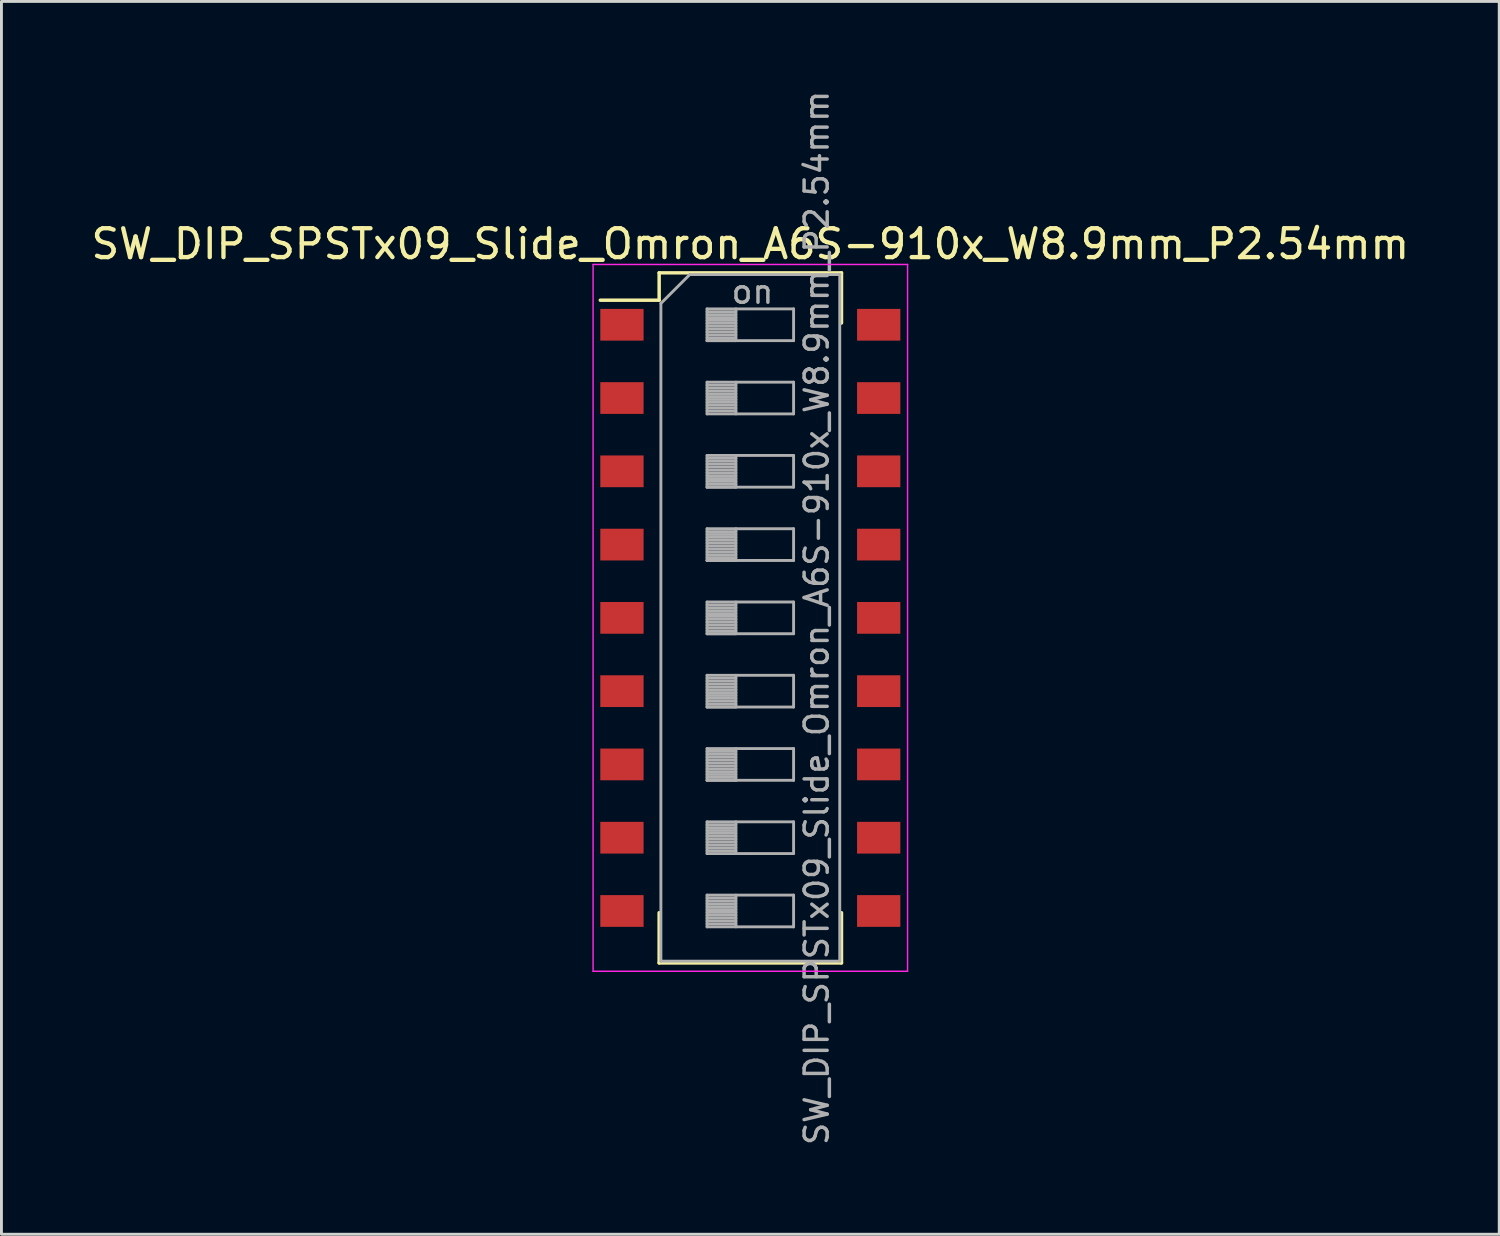
<source format=kicad_pcb>
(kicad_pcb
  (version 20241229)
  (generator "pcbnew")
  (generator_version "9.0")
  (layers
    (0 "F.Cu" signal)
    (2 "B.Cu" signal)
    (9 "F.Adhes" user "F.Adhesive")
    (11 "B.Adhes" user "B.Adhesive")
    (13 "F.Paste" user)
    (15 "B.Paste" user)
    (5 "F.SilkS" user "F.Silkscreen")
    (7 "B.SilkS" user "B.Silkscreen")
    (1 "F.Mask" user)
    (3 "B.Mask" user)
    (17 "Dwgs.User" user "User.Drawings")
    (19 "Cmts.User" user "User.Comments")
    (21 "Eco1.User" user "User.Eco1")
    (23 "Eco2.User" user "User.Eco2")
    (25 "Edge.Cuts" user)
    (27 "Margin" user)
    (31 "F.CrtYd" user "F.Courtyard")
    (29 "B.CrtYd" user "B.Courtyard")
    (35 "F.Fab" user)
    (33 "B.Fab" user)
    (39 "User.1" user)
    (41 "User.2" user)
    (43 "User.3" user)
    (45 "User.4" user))
  (footprint "SW_DIP_SPSTx09_Slide_Omron_A6S-910x_W8.9mm_P2.54mm"
    (layer "F.Cu")
    (at 22.958 18.367)
    (property "Reference" "SW_DIP_SPSTx09_Slide_Omron_A6S-910x_W8.9mm_P2.54mm" (at 0 -12.96 0) (layer "F.SilkS") (effects (font (size 1 1) (thickness 0.15))))
    (attr smd)
    (fp_line (start -5.2 -11.011) (end -3.16 -11.011) (stroke (width 0.12) (type solid)) (layer "F.SilkS"))
    (fp_line (start -3.16 -11.96) (end -3.16 -11.011) (stroke (width 0.12) (type solid)) (layer "F.SilkS"))
    (fp_line (start -3.16 -11.96) (end 3.16 -11.96) (stroke (width 0.12) (type solid)) (layer "F.SilkS"))
    (fp_line (start -3.16 10.22) (end -3.16 11.96) (stroke (width 0.12) (type solid)) (layer "F.SilkS"))
    (fp_line (start -3.16 11.96) (end 3.16 11.96) (stroke (width 0.12) (type solid)) (layer "F.SilkS"))
    (fp_line (start 3.16 -11.96) (end 3.16 -10.221) (stroke (width 0.12) (type solid)) (layer "F.SilkS"))
    (fp_line (start 3.16 10.22) (end 3.16 11.96) (stroke (width 0.12) (type solid)) (layer "F.SilkS"))
    (fp_line (start -5.45 -12.25) (end -5.45 12.25) (stroke (width 0.05) (type solid)) (layer "F.CrtYd"))
    (fp_line (start -5.45 12.25) (end 5.45 12.25) (stroke (width 0.05) (type solid)) (layer "F.CrtYd"))
    (fp_line (start 5.45 -12.25) (end -5.45 -12.25) (stroke (width 0.05) (type solid)) (layer "F.CrtYd"))
    (fp_line (start 5.45 12.25) (end 5.45 -12.25) (stroke (width 0.05) (type solid)) (layer "F.CrtYd"))
    (fp_line (start -3.1 -10.9) (end -2.1 -11.9) (stroke (width 0.1) (type solid)) (layer "F.Fab"))
    (fp_line (start -3.1 11.9) (end -3.1 -10.9) (stroke (width 0.1) (type solid)) (layer "F.Fab"))
    (fp_line (start -2.1 -11.9) (end 3.1 -11.9) (stroke (width 0.1) (type solid)) (layer "F.Fab"))
    (fp_line (start -1.5 -10.71) (end -1.5 -9.61) (stroke (width 0.1) (type solid)) (layer "F.Fab"))
    (fp_line (start -1.5 -10.61) (end -0.5 -10.61) (stroke (width 0.1) (type solid)) (layer "F.Fab"))
    (fp_line (start -1.5 -10.51) (end -0.5 -10.51) (stroke (width 0.1) (type solid)) (layer "F.Fab"))
    (fp_line (start -1.5 -10.41) (end -0.5 -10.41) (stroke (width 0.1) (type solid)) (layer "F.Fab"))
    (fp_line (start -1.5 -10.31) (end -0.5 -10.31) (stroke (width 0.1) (type solid)) (layer "F.Fab"))
    (fp_line (start -1.5 -10.21) (end -0.5 -10.21) (stroke (width 0.1) (type solid)) (layer "F.Fab"))
    (fp_line (start -1.5 -10.11) (end -0.5 -10.11) (stroke (width 0.1) (type solid)) (layer "F.Fab"))
    (fp_line (start -1.5 -10.01) (end -0.5 -10.01) (stroke (width 0.1) (type solid)) (layer "F.Fab"))
    (fp_line (start -1.5 -9.91) (end -0.5 -9.91) (stroke (width 0.1) (type solid)) (layer "F.Fab"))
    (fp_line (start -1.5 -9.81) (end -0.5 -9.81) (stroke (width 0.1) (type solid)) (layer "F.Fab"))
    (fp_line (start -1.5 -9.71) (end -0.5 -9.71) (stroke (width 0.1) (type solid)) (layer "F.Fab"))
    (fp_line (start -1.5 -9.61) (end -0.5 -9.61) (stroke (width 0.1) (type solid)) (layer "F.Fab"))
    (fp_line (start -1.5 -9.61) (end 1.5 -9.61) (stroke (width 0.1) (type solid)) (layer "F.Fab"))
    (fp_line (start -1.5 -8.17) (end -1.5 -7.07) (stroke (width 0.1) (type solid)) (layer "F.Fab"))
    (fp_line (start -1.5 -8.07) (end -0.5 -8.07) (stroke (width 0.1) (type solid)) (layer "F.Fab"))
    (fp_line (start -1.5 -7.97) (end -0.5 -7.97) (stroke (width 0.1) (type solid)) (layer "F.Fab"))
    (fp_line (start -1.5 -7.87) (end -0.5 -7.87) (stroke (width 0.1) (type solid)) (layer "F.Fab"))
    (fp_line (start -1.5 -7.77) (end -0.5 -7.77) (stroke (width 0.1) (type solid)) (layer "F.Fab"))
    (fp_line (start -1.5 -7.67) (end -0.5 -7.67) (stroke (width 0.1) (type solid)) (layer "F.Fab"))
    (fp_line (start -1.5 -7.57) (end -0.5 -7.57) (stroke (width 0.1) (type solid)) (layer "F.Fab"))
    (fp_line (start -1.5 -7.47) (end -0.5 -7.47) (stroke (width 0.1) (type solid)) (layer "F.Fab"))
    (fp_line (start -1.5 -7.37) (end -0.5 -7.37) (stroke (width 0.1) (type solid)) (layer "F.Fab"))
    (fp_line (start -1.5 -7.27) (end -0.5 -7.27) (stroke (width 0.1) (type solid)) (layer "F.Fab"))
    (fp_line (start -1.5 -7.17) (end -0.5 -7.17) (stroke (width 0.1) (type solid)) (layer "F.Fab"))
    (fp_line (start -1.5 -7.07) (end 1.5 -7.07) (stroke (width 0.1) (type solid)) (layer "F.Fab"))
    (fp_line (start -1.5 -5.63) (end -1.5 -4.53) (stroke (width 0.1) (type solid)) (layer "F.Fab"))
    (fp_line (start -1.5 -5.53) (end -0.5 -5.53) (stroke (width 0.1) (type solid)) (layer "F.Fab"))
    (fp_line (start -1.5 -5.43) (end -0.5 -5.43) (stroke (width 0.1) (type solid)) (layer "F.Fab"))
    (fp_line (start -1.5 -5.33) (end -0.5 -5.33) (stroke (width 0.1) (type solid)) (layer "F.Fab"))
    (fp_line (start -1.5 -5.23) (end -0.5 -5.23) (stroke (width 0.1) (type solid)) (layer "F.Fab"))
    (fp_line (start -1.5 -5.13) (end -0.5 -5.13) (stroke (width 0.1) (type solid)) (layer "F.Fab"))
    (fp_line (start -1.5 -5.03) (end -0.5 -5.03) (stroke (width 0.1) (type solid)) (layer "F.Fab"))
    (fp_line (start -1.5 -4.93) (end -0.5 -4.93) (stroke (width 0.1) (type solid)) (layer "F.Fab"))
    (fp_line (start -1.5 -4.83) (end -0.5 -4.83) (stroke (width 0.1) (type solid)) (layer "F.Fab"))
    (fp_line (start -1.5 -4.73) (end -0.5 -4.73) (stroke (width 0.1) (type solid)) (layer "F.Fab"))
    (fp_line (start -1.5 -4.63) (end -0.5 -4.63) (stroke (width 0.1) (type solid)) (layer "F.Fab"))
    (fp_line (start -1.5 -4.53) (end -0.5 -4.53) (stroke (width 0.1) (type solid)) (layer "F.Fab"))
    (fp_line (start -1.5 -4.53) (end 1.5 -4.53) (stroke (width 0.1) (type solid)) (layer "F.Fab"))
    (fp_line (start -1.5 -3.09) (end -1.5 -1.99) (stroke (width 0.1) (type solid)) (layer "F.Fab"))
    (fp_line (start -1.5 -2.99) (end -0.5 -2.99) (stroke (width 0.1) (type solid)) (layer "F.Fab"))
    (fp_line (start -1.5 -2.89) (end -0.5 -2.89) (stroke (width 0.1) (type solid)) (layer "F.Fab"))
    (fp_line (start -1.5 -2.79) (end -0.5 -2.79) (stroke (width 0.1) (type solid)) (layer "F.Fab"))
    (fp_line (start -1.5 -2.69) (end -0.5 -2.69) (stroke (width 0.1) (type solid)) (layer "F.Fab"))
    (fp_line (start -1.5 -2.59) (end -0.5 -2.59) (stroke (width 0.1) (type solid)) (layer "F.Fab"))
    (fp_line (start -1.5 -2.49) (end -0.5 -2.49) (stroke (width 0.1) (type solid)) (layer "F.Fab"))
    (fp_line (start -1.5 -2.39) (end -0.5 -2.39) (stroke (width 0.1) (type solid)) (layer "F.Fab"))
    (fp_line (start -1.5 -2.29) (end -0.5 -2.29) (stroke (width 0.1) (type solid)) (layer "F.Fab"))
    (fp_line (start -1.5 -2.19) (end -0.5 -2.19) (stroke (width 0.1) (type solid)) (layer "F.Fab"))
    (fp_line (start -1.5 -2.09) (end -0.5 -2.09) (stroke (width 0.1) (type solid)) (layer "F.Fab"))
    (fp_line (start -1.5 -1.99) (end -0.5 -1.99) (stroke (width 0.1) (type solid)) (layer "F.Fab"))
    (fp_line (start -1.5 -1.99) (end 1.5 -1.99) (stroke (width 0.1) (type solid)) (layer "F.Fab"))
    (fp_line (start -1.5 -0.55) (end -1.5 0.55) (stroke (width 0.1) (type solid)) (layer "F.Fab"))
    (fp_line (start -1.5 -0.45) (end -0.5 -0.45) (stroke (width 0.1) (type solid)) (layer "F.Fab"))
    (fp_line (start -1.5 -0.35) (end -0.5 -0.35) (stroke (width 0.1) (type solid)) (layer "F.Fab"))
    (fp_line (start -1.5 -0.25) (end -0.5 -0.25) (stroke (width 0.1) (type solid)) (layer "F.Fab"))
    (fp_line (start -1.5 -0.15) (end -0.5 -0.15) (stroke (width 0.1) (type solid)) (layer "F.Fab"))
    (fp_line (start -1.5 -0.05) (end -0.5 -0.05) (stroke (width 0.1) (type solid)) (layer "F.Fab"))
    (fp_line (start -1.5 0.05) (end -0.5 0.05) (stroke (width 0.1) (type solid)) (layer "F.Fab"))
    (fp_line (start -1.5 0.15) (end -0.5 0.15) (stroke (width 0.1) (type solid)) (layer "F.Fab"))
    (fp_line (start -1.5 0.25) (end -0.5 0.25) (stroke (width 0.1) (type solid)) (layer "F.Fab"))
    (fp_line (start -1.5 0.35) (end -0.5 0.35) (stroke (width 0.1) (type solid)) (layer "F.Fab"))
    (fp_line (start -1.5 0.45) (end -0.5 0.45) (stroke (width 0.1) (type solid)) (layer "F.Fab"))
    (fp_line (start -1.5 0.55) (end -0.5 0.55) (stroke (width 0.1) (type solid)) (layer "F.Fab"))
    (fp_line (start -1.5 0.55) (end 1.5 0.55) (stroke (width 0.1) (type solid)) (layer "F.Fab"))
    (fp_line (start -1.5 1.99) (end -1.5 3.09) (stroke (width 0.1) (type solid)) (layer "F.Fab"))
    (fp_line (start -1.5 2.09) (end -0.5 2.09) (stroke (width 0.1) (type solid)) (layer "F.Fab"))
    (fp_line (start -1.5 2.19) (end -0.5 2.19) (stroke (width 0.1) (type solid)) (layer "F.Fab"))
    (fp_line (start -1.5 2.29) (end -0.5 2.29) (stroke (width 0.1) (type solid)) (layer "F.Fab"))
    (fp_line (start -1.5 2.39) (end -0.5 2.39) (stroke (width 0.1) (type solid)) (layer "F.Fab"))
    (fp_line (start -1.5 2.49) (end -0.5 2.49) (stroke (width 0.1) (type solid)) (layer "F.Fab"))
    (fp_line (start -1.5 2.59) (end -0.5 2.59) (stroke (width 0.1) (type solid)) (layer "F.Fab"))
    (fp_line (start -1.5 2.69) (end -0.5 2.69) (stroke (width 0.1) (type solid)) (layer "F.Fab"))
    (fp_line (start -1.5 2.79) (end -0.5 2.79) (stroke (width 0.1) (type solid)) (layer "F.Fab"))
    (fp_line (start -1.5 2.89) (end -0.5 2.89) (stroke (width 0.1) (type solid)) (layer "F.Fab"))
    (fp_line (start -1.5 2.99) (end -0.5 2.99) (stroke (width 0.1) (type solid)) (layer "F.Fab"))
    (fp_line (start -1.5 3.09) (end -0.5 3.09) (stroke (width 0.1) (type solid)) (layer "F.Fab"))
    (fp_line (start -1.5 3.09) (end 1.5 3.09) (stroke (width 0.1) (type solid)) (layer "F.Fab"))
    (fp_line (start -1.5 4.53) (end -1.5 5.63) (stroke (width 0.1) (type solid)) (layer "F.Fab"))
    (fp_line (start -1.5 4.63) (end -0.5 4.63) (stroke (width 0.1) (type solid)) (layer "F.Fab"))
    (fp_line (start -1.5 4.73) (end -0.5 4.73) (stroke (width 0.1) (type solid)) (layer "F.Fab"))
    (fp_line (start -1.5 4.83) (end -0.5 4.83) (stroke (width 0.1) (type solid)) (layer "F.Fab"))
    (fp_line (start -1.5 4.93) (end -0.5 4.93) (stroke (width 0.1) (type solid)) (layer "F.Fab"))
    (fp_line (start -1.5 5.03) (end -0.5 5.03) (stroke (width 0.1) (type solid)) (layer "F.Fab"))
    (fp_line (start -1.5 5.13) (end -0.5 5.13) (stroke (width 0.1) (type solid)) (layer "F.Fab"))
    (fp_line (start -1.5 5.23) (end -0.5 5.23) (stroke (width 0.1) (type solid)) (layer "F.Fab"))
    (fp_line (start -1.5 5.33) (end -0.5 5.33) (stroke (width 0.1) (type solid)) (layer "F.Fab"))
    (fp_line (start -1.5 5.43) (end -0.5 5.43) (stroke (width 0.1) (type solid)) (layer "F.Fab"))
    (fp_line (start -1.5 5.53) (end -0.5 5.53) (stroke (width 0.1) (type solid)) (layer "F.Fab"))
    (fp_line (start -1.5 5.63) (end -0.5 5.63) (stroke (width 0.1) (type solid)) (layer "F.Fab"))
    (fp_line (start -1.5 5.63) (end 1.5 5.63) (stroke (width 0.1) (type solid)) (layer "F.Fab"))
    (fp_line (start -1.5 7.07) (end -1.5 8.17) (stroke (width 0.1) (type solid)) (layer "F.Fab"))
    (fp_line (start -1.5 7.17) (end -0.5 7.17) (stroke (width 0.1) (type solid)) (layer "F.Fab"))
    (fp_line (start -1.5 7.27) (end -0.5 7.27) (stroke (width 0.1) (type solid)) (layer "F.Fab"))
    (fp_line (start -1.5 7.37) (end -0.5 7.37) (stroke (width 0.1) (type solid)) (layer "F.Fab"))
    (fp_line (start -1.5 7.47) (end -0.5 7.47) (stroke (width 0.1) (type solid)) (layer "F.Fab"))
    (fp_line (start -1.5 7.57) (end -0.5 7.57) (stroke (width 0.1) (type solid)) (layer "F.Fab"))
    (fp_line (start -1.5 7.67) (end -0.5 7.67) (stroke (width 0.1) (type solid)) (layer "F.Fab"))
    (fp_line (start -1.5 7.77) (end -0.5 7.77) (stroke (width 0.1) (type solid)) (layer "F.Fab"))
    (fp_line (start -1.5 7.87) (end -0.5 7.87) (stroke (width 0.1) (type solid)) (layer "F.Fab"))
    (fp_line (start -1.5 7.97) (end -0.5 7.97) (stroke (width 0.1) (type solid)) (layer "F.Fab"))
    (fp_line (start -1.5 8.07) (end -0.5 8.07) (stroke (width 0.1) (type solid)) (layer "F.Fab"))
    (fp_line (start -1.5 8.17) (end 1.5 8.17) (stroke (width 0.1) (type solid)) (layer "F.Fab"))
    (fp_line (start -1.5 9.61) (end -1.5 10.71) (stroke (width 0.1) (type solid)) (layer "F.Fab"))
    (fp_line (start -1.5 9.71) (end -0.5 9.71) (stroke (width 0.1) (type solid)) (layer "F.Fab"))
    (fp_line (start -1.5 9.81) (end -0.5 9.81) (stroke (width 0.1) (type solid)) (layer "F.Fab"))
    (fp_line (start -1.5 9.91) (end -0.5 9.91) (stroke (width 0.1) (type solid)) (layer "F.Fab"))
    (fp_line (start -1.5 10.01) (end -0.5 10.01) (stroke (width 0.1) (type solid)) (layer "F.Fab"))
    (fp_line (start -1.5 10.11) (end -0.5 10.11) (stroke (width 0.1) (type solid)) (layer "F.Fab"))
    (fp_line (start -1.5 10.21) (end -0.5 10.21) (stroke (width 0.1) (type solid)) (layer "F.Fab"))
    (fp_line (start -1.5 10.31) (end -0.5 10.31) (stroke (width 0.1) (type solid)) (layer "F.Fab"))
    (fp_line (start -1.5 10.41) (end -0.5 10.41) (stroke (width 0.1) (type solid)) (layer "F.Fab"))
    (fp_line (start -1.5 10.51) (end -0.5 10.51) (stroke (width 0.1) (type solid)) (layer "F.Fab"))
    (fp_line (start -1.5 10.61) (end -0.5 10.61) (stroke (width 0.1) (type solid)) (layer "F.Fab"))
    (fp_line (start -1.5 10.71) (end 1.5 10.71) (stroke (width 0.1) (type solid)) (layer "F.Fab"))
    (fp_line (start -0.5 -10.71) (end -0.5 -9.61) (stroke (width 0.1) (type solid)) (layer "F.Fab"))
    (fp_line (start -0.5 -8.17) (end -0.5 -7.07) (stroke (width 0.1) (type solid)) (layer "F.Fab"))
    (fp_line (start -0.5 -5.63) (end -0.5 -4.53) (stroke (width 0.1) (type solid)) (layer "F.Fab"))
    (fp_line (start -0.5 -3.09) (end -0.5 -1.99) (stroke (width 0.1) (type solid)) (layer "F.Fab"))
    (fp_line (start -0.5 -0.55) (end -0.5 0.55) (stroke (width 0.1) (type solid)) (layer "F.Fab"))
    (fp_line (start -0.5 1.99) (end -0.5 3.09) (stroke (width 0.1) (type solid)) (layer "F.Fab"))
    (fp_line (start -0.5 4.53) (end -0.5 5.63) (stroke (width 0.1) (type solid)) (layer "F.Fab"))
    (fp_line (start -0.5 7.07) (end -0.5 8.17) (stroke (width 0.1) (type solid)) (layer "F.Fab"))
    (fp_line (start -0.5 9.61) (end -0.5 10.71) (stroke (width 0.1) (type solid)) (layer "F.Fab"))
    (fp_line (start 1.5 -10.71) (end -1.5 -10.71) (stroke (width 0.1) (type solid)) (layer "F.Fab"))
    (fp_line (start 1.5 -9.61) (end 1.5 -10.71) (stroke (width 0.1) (type solid)) (layer "F.Fab"))
    (fp_line (start 1.5 -8.17) (end -1.5 -8.17) (stroke (width 0.1) (type solid)) (layer "F.Fab"))
    (fp_line (start 1.5 -7.07) (end 1.5 -8.17) (stroke (width 0.1) (type solid)) (layer "F.Fab"))
    (fp_line (start 1.5 -5.63) (end -1.5 -5.63) (stroke (width 0.1) (type solid)) (layer "F.Fab"))
    (fp_line (start 1.5 -4.53) (end 1.5 -5.63) (stroke (width 0.1) (type solid)) (layer "F.Fab"))
    (fp_line (start 1.5 -3.09) (end -1.5 -3.09) (stroke (width 0.1) (type solid)) (layer "F.Fab"))
    (fp_line (start 1.5 -1.99) (end 1.5 -3.09) (stroke (width 0.1) (type solid)) (layer "F.Fab"))
    (fp_line (start 1.5 -0.55) (end -1.5 -0.55) (stroke (width 0.1) (type solid)) (layer "F.Fab"))
    (fp_line (start 1.5 0.55) (end 1.5 -0.55) (stroke (width 0.1) (type solid)) (layer "F.Fab"))
    (fp_line (start 1.5 1.99) (end -1.5 1.99) (stroke (width 0.1) (type solid)) (layer "F.Fab"))
    (fp_line (start 1.5 3.09) (end 1.5 1.99) (stroke (width 0.1) (type solid)) (layer "F.Fab"))
    (fp_line (start 1.5 4.53) (end -1.5 4.53) (stroke (width 0.1) (type solid)) (layer "F.Fab"))
    (fp_line (start 1.5 5.63) (end 1.5 4.53) (stroke (width 0.1) (type solid)) (layer "F.Fab"))
    (fp_line (start 1.5 7.07) (end -1.5 7.07) (stroke (width 0.1) (type solid)) (layer "F.Fab"))
    (fp_line (start 1.5 8.17) (end 1.5 7.07) (stroke (width 0.1) (type solid)) (layer "F.Fab"))
    (fp_line (start 1.5 9.61) (end -1.5 9.61) (stroke (width 0.1) (type solid)) (layer "F.Fab"))
    (fp_line (start 1.5 10.71) (end 1.5 9.61) (stroke (width 0.1) (type solid)) (layer "F.Fab"))
    (fp_line (start 3.1 -11.9) (end 3.1 11.9) (stroke (width 0.1) (type solid)) (layer "F.Fab"))
    (fp_line (start 3.1 11.9) (end -3.1 11.9) (stroke (width 0.1) (type solid)) (layer "F.Fab"))
    (fp_text user "${REFERENCE}" (at 2.3 0 90) (layer "F.Fab") (effects (font (size 0.8 0.8) (thickness 0.12))))
    (fp_text user "on" (at 0.075 -11.305 0) (layer "F.Fab") (effects (font (size 0.8 0.8) (thickness 0.12))))
    (pad "1" smd rect (at -4.45 -10.16) (size 1.5 1.1) (layers "F.Cu" "F.Mask" "F.Paste"))
    (pad "2" smd rect (at -4.45 -7.62) (size 1.5 1.1) (layers "F.Cu" "F.Mask" "F.Paste"))
    (pad "3" smd rect (at -4.45 -5.08) (size 1.5 1.1) (layers "F.Cu" "F.Mask" "F.Paste"))
    (pad "4" smd rect (at -4.45 -2.54) (size 1.5 1.1) (layers "F.Cu" "F.Mask" "F.Paste"))
    (pad "5" smd rect (at -4.45 0) (size 1.5 1.1) (layers "F.Cu" "F.Mask" "F.Paste"))
    (pad "6" smd rect (at -4.45 2.54) (size 1.5 1.1) (layers "F.Cu" "F.Mask" "F.Paste"))
    (pad "7" smd rect (at -4.45 5.08) (size 1.5 1.1) (layers "F.Cu" "F.Mask" "F.Paste"))
    (pad "8" smd rect (at -4.45 7.62) (size 1.5 1.1) (layers "F.Cu" "F.Mask" "F.Paste"))
    (pad "9" smd rect (at -4.45 10.16) (size 1.5 1.1) (layers "F.Cu" "F.Mask" "F.Paste"))
    (pad "10" smd rect (at 4.45 10.16) (size 1.5 1.1) (layers "F.Cu" "F.Mask" "F.Paste"))
    (pad "11" smd rect (at 4.45 7.62) (size 1.5 1.1) (layers "F.Cu" "F.Mask" "F.Paste"))
    (pad "12" smd rect (at 4.45 5.08) (size 1.5 1.1) (layers "F.Cu" "F.Mask" "F.Paste"))
    (pad "13" smd rect (at 4.45 2.54) (size 1.5 1.1) (layers "F.Cu" "F.Mask" "F.Paste"))
    (pad "14" smd rect (at 4.45 0) (size 1.5 1.1) (layers "F.Cu" "F.Mask" "F.Paste"))
    (pad "15" smd rect (at 4.45 -2.54) (size 1.5 1.1) (layers "F.Cu" "F.Mask" "F.Paste"))
    (pad "16" smd rect (at 4.45 -5.08) (size 1.5 1.1) (layers "F.Cu" "F.Mask" "F.Paste"))
    (pad "17" smd rect (at 4.45 -7.62) (size 1.5 1.1) (layers "F.Cu" "F.Mask" "F.Paste"))
    (pad "18" smd rect (at 4.45 -10.16) (size 1.5 1.1) (layers "F.Cu" "F.Mask" "F.Paste")))
  (gr_rect
    (start -3 -3)
    (end 48.917 39.733)
    (stroke (width 0.1) (type default))
    (fill no)
    (layer "Edge.Cuts")))
</source>
